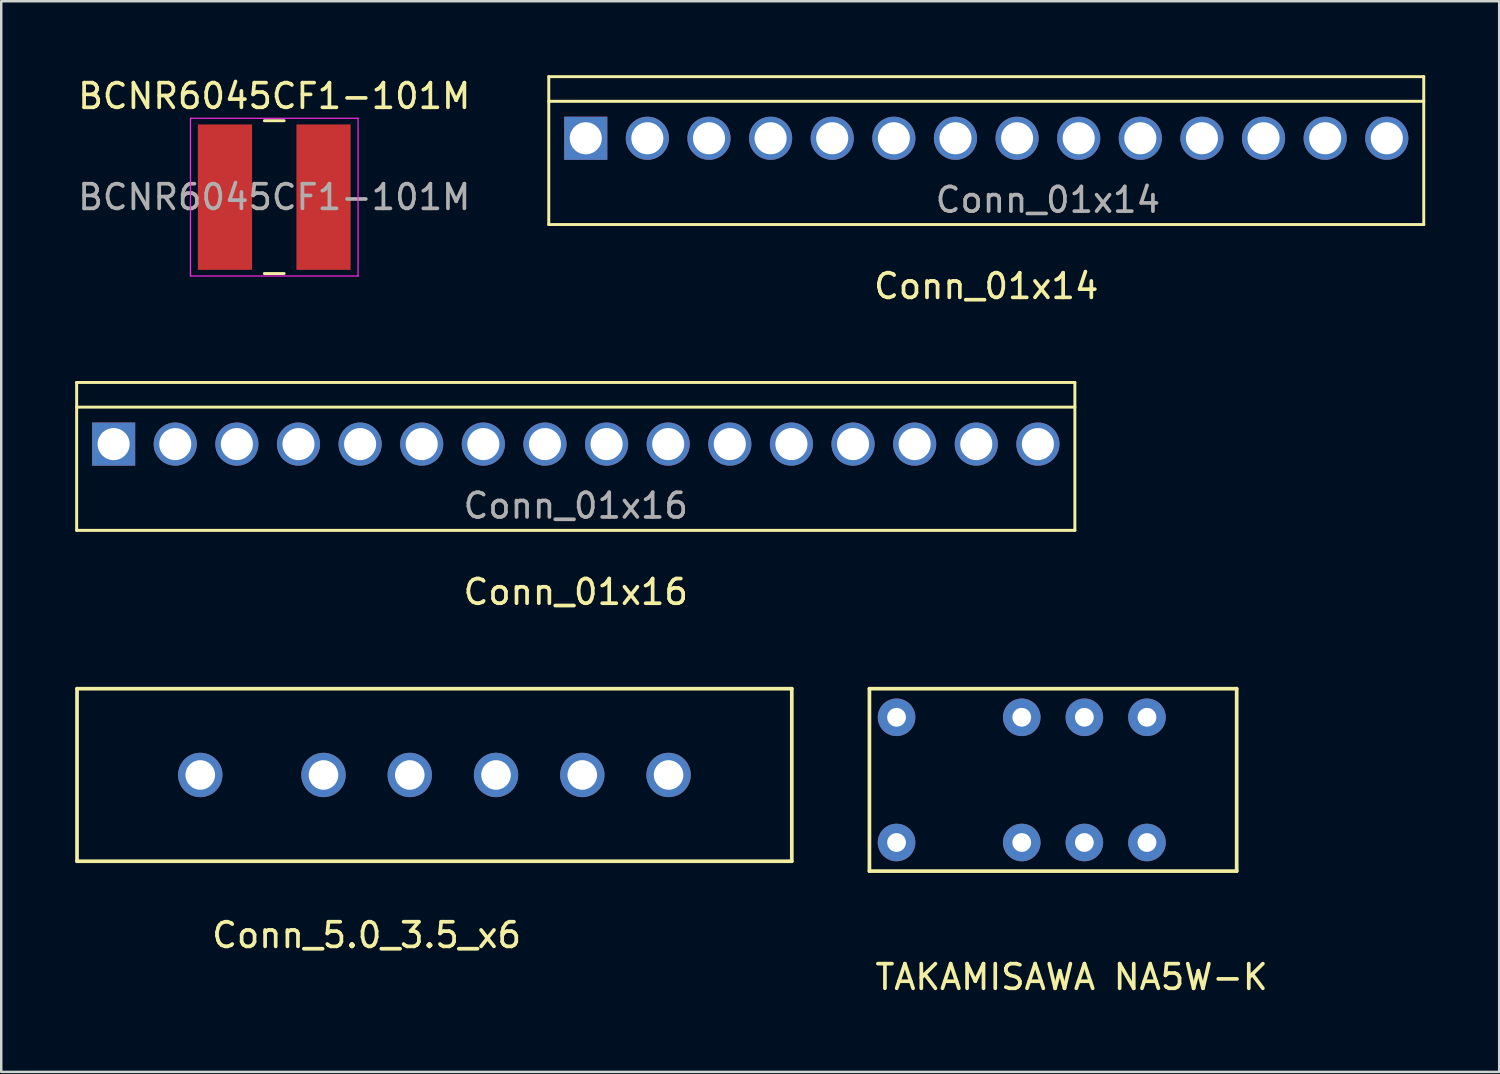
<source format=kicad_pcb>
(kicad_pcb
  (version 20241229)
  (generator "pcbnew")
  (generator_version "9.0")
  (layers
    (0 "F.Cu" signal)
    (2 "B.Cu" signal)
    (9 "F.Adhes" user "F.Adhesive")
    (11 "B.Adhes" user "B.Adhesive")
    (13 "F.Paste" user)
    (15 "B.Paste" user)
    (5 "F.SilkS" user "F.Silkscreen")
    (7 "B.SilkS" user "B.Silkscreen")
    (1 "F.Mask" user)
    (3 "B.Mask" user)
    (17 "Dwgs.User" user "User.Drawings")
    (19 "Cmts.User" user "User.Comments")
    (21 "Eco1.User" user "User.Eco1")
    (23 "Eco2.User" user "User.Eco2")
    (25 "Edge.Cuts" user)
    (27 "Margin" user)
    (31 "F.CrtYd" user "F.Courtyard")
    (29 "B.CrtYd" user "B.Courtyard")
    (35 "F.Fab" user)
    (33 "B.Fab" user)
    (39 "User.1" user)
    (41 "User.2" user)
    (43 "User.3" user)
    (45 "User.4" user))
  (footprint "BCNR6045CF1-101M"
    (layer "F.Cu")
    (at 8.077 4.948)
    (property "Reference" "BCNR6045CF1-101M" (at 0 -4.1 0) (layer "F.SilkS") (effects (font (size 1 1) (thickness 0.15))))
    (attr smd)
    (fp_line (start -0.4 -3.1) (end 0.4 -3.1) (stroke (width 0.12) (type solid)) (layer "F.SilkS"))
    (fp_line (start -0.4 3.1) (end 0.4 3.1) (stroke (width 0.12) (type solid)) (layer "F.SilkS"))
    (fp_line (start -3.4 -3.2) (end 3.4 -3.2) (stroke (width 0.05) (type solid)) (layer "F.CrtYd"))
    (fp_line (start -3.4 3.2) (end -3.4 -3.2) (stroke (width 0.05) (type solid)) (layer "F.CrtYd"))
    (fp_line (start 3.4 -3.2) (end 3.4 3.2) (stroke (width 0.05) (type solid)) (layer "F.CrtYd"))
    (fp_line (start 3.4 3.2) (end -3.4 3.2) (stroke (width 0.05) (type solid)) (layer "F.CrtYd"))
    (fp_text user "${REFERENCE}" (at 0 0 0) (layer "F.Fab") (effects (font (size 1 1) (thickness 0.15))))
    (pad "1" smd rect (at -2 0) (size 2.2 5.9) (layers "F.Cu" "F.Mask" "F.Paste"))
    (pad "2" smd rect (at 2 0) (size 2.2 5.9) (layers "F.Cu" "F.Mask" "F.Paste")))
  (footprint "Conn_5.0_3.5_x6"
    (layer "F.Cu")
    (at 5.075 28.392)
    (property "Reference" "Conn_5.0_3.5_x6" (at 6.75 6.5 0) (layer "F.SilkS") (effects (font (size 1 1) (thickness 0.15))))
    (attr through_hole)
    (fp_line (start -5 -3.5) (end -5 3.5) (stroke (width 0.15) (type solid)) (layer "F.SilkS"))
    (fp_line (start -5 3.5) (end 24 3.5) (stroke (width 0.15) (type solid)) (layer "F.SilkS"))
    (fp_line (start 24 -3.5) (end -5 -3.5) (stroke (width 0.15) (type solid)) (layer "F.SilkS"))
    (fp_line (start 24 -3.5) (end 24 3.5) (stroke (width 0.15) (type solid)) (layer "F.SilkS"))
    (pad "1" thru_hole circle (at 0 0) (size 1.8 1.8) (drill 1.2) (layers "*.Cu" "*.Mask"))
    (pad "2" thru_hole circle (at 5 0) (size 1.8 1.8) (drill 1.2) (layers "*.Cu" "*.Mask"))
    (pad "3" thru_hole circle (at 8.5 0) (size 1.8 1.8) (drill 1.2) (layers "*.Cu" "*.Mask"))
    (pad "4" thru_hole circle (at 12 0) (size 1.8 1.8) (drill 1.2) (layers "*.Cu" "*.Mask"))
    (pad "5" thru_hole circle (at 15.5 0) (size 1.8 1.8) (drill 1.2) (layers "*.Cu" "*.Mask"))
    (pad "6" thru_hole circle (at 19 0) (size 1.8 1.8) (drill 1.2) (layers "*.Cu" "*.Mask")))
  (footprint "Conn_01x16"
    (layer "F.Cu")
    (at 1.56 14.968)
    (property "Reference" "Conn_01x16" (at 18.75 6 0) (layer "F.SilkS") (effects (font (size 1 1) (thickness 0.15))))
    (attr through_hole)
    (fp_line (start -1.5 -2.5) (end -1.5 3.5) (stroke (width 0.12) (type solid)) (layer "F.SilkS"))
    (fp_line (start -1.5 -1.5) (end 39 -1.5) (stroke (width 0.12) (type solid)) (layer "F.SilkS"))
    (fp_line (start -1.5 3.5) (end 39 3.5) (stroke (width 0.12) (type solid)) (layer "F.SilkS"))
    (fp_line (start 39 -2.5) (end -1.5 -2.5) (stroke (width 0.12) (type solid)) (layer "F.SilkS"))
    (fp_line (start 39 -2.5) (end 39 3.5) (stroke (width 0.12) (type solid)) (layer "F.SilkS"))
    (fp_text user "${REFERENCE}" (at 18.75 2.5 0) (layer "F.Fab") (effects (font (size 1 1) (thickness 0.15))))
    (pad "1" thru_hole rect (at 0 0) (size 1.75 1.75) (drill 1.3) (layers "*.Cu" "*.Mask"))
    (pad "2" thru_hole circle (at 2.5 0) (size 1.75 1.75) (drill 1.3) (layers "*.Cu" "*.Mask"))
    (pad "3" thru_hole circle (at 5 0) (size 1.75 1.75) (drill 1.3) (layers "*.Cu" "*.Mask"))
    (pad "4" thru_hole circle (at 7.5 0) (size 1.75 1.75) (drill 1.3) (layers "*.Cu" "*.Mask"))
    (pad "5" thru_hole circle (at 10 0) (size 1.75 1.75) (drill 1.3) (layers "*.Cu" "*.Mask"))
    (pad "6" thru_hole circle (at 12.5 0) (size 1.75 1.75) (drill 1.3) (layers "*.Cu" "*.Mask"))
    (pad "7" thru_hole circle (at 15 0) (size 1.75 1.75) (drill 1.3) (layers "*.Cu" "*.Mask"))
    (pad "8" thru_hole circle (at 17.5 0) (size 1.75 1.75) (drill 1.3) (layers "*.Cu" "*.Mask"))
    (pad "9" thru_hole circle (at 20 0) (size 1.75 1.75) (drill 1.3) (layers "*.Cu" "*.Mask"))
    (pad "10" thru_hole circle (at 22.5 0) (size 1.75 1.75) (drill 1.3) (layers "*.Cu" "*.Mask"))
    (pad "11" thru_hole circle (at 25 0) (size 1.75 1.75) (drill 1.3) (layers "*.Cu" "*.Mask"))
    (pad "12" thru_hole circle (at 27.5 0) (size 1.75 1.75) (drill 1.3) (layers "*.Cu" "*.Mask"))
    (pad "13" thru_hole circle (at 30 0) (size 1.75 1.75) (drill 1.3) (layers "*.Cu" "*.Mask"))
    (pad "14" thru_hole circle (at 32.5 0) (size 1.75 1.75) (drill 1.3) (layers "*.Cu" "*.Mask"))
    (pad "15" thru_hole circle (at 35 0) (size 1.75 1.75) (drill 1.3) (layers "*.Cu" "*.Mask"))
    (pad "16" thru_hole circle (at 37.5 0) (size 1.75 1.75) (drill 1.3) (layers "*.Cu" "*.Mask")))
  (footprint "Conn_01x14"
    (layer "F.Cu")
    (at 20.715 2.56)
    (property "Reference" "Conn_01x14" (at 16.25 6 0) (layer "F.SilkS") (effects (font (size 1 1) (thickness 0.15))))
    (attr through_hole)
    (fp_line (start -1.5 -2.5) (end -1.5 3.5) (stroke (width 0.12) (type solid)) (layer "F.SilkS"))
    (fp_line (start -1.5 -1.5) (end 34 -1.5) (stroke (width 0.12) (type solid)) (layer "F.SilkS"))
    (fp_line (start -1.5 3.5) (end 34 3.5) (stroke (width 0.12) (type solid)) (layer "F.SilkS"))
    (fp_line (start 34 -2.5) (end -1.5 -2.5) (stroke (width 0.12) (type solid)) (layer "F.SilkS"))
    (fp_line (start 34 -2.5) (end 34 3.5) (stroke (width 0.12) (type solid)) (layer "F.SilkS"))
    (fp_text user "${REFERENCE}" (at 18.75 2.5 0) (layer "F.Fab") (effects (font (size 1 1) (thickness 0.15))))
    (pad "1" thru_hole rect (at 0 0) (size 1.75 1.75) (drill 1.3) (layers "*.Cu" "*.Mask"))
    (pad "2" thru_hole circle (at 2.5 0) (size 1.75 1.75) (drill 1.3) (layers "*.Cu" "*.Mask"))
    (pad "3" thru_hole circle (at 5 0) (size 1.75 1.75) (drill 1.3) (layers "*.Cu" "*.Mask"))
    (pad "4" thru_hole circle (at 7.5 0) (size 1.75 1.75) (drill 1.3) (layers "*.Cu" "*.Mask"))
    (pad "5" thru_hole circle (at 10 0) (size 1.75 1.75) (drill 1.3) (layers "*.Cu" "*.Mask"))
    (pad "6" thru_hole circle (at 12.5 0) (size 1.75 1.75) (drill 1.3) (layers "*.Cu" "*.Mask"))
    (pad "7" thru_hole circle (at 15 0) (size 1.75 1.75) (drill 1.3) (layers "*.Cu" "*.Mask"))
    (pad "8" thru_hole circle (at 17.5 0) (size 1.75 1.75) (drill 1.3) (layers "*.Cu" "*.Mask"))
    (pad "9" thru_hole circle (at 20 0) (size 1.75 1.75) (drill 1.3) (layers "*.Cu" "*.Mask"))
    (pad "10" thru_hole circle (at 22.5 0) (size 1.75 1.75) (drill 1.3) (layers "*.Cu" "*.Mask"))
    (pad "11" thru_hole circle (at 25 0) (size 1.75 1.75) (drill 1.3) (layers "*.Cu" "*.Mask"))
    (pad "12" thru_hole circle (at 27.5 0) (size 1.75 1.75) (drill 1.3) (layers "*.Cu" "*.Mask"))
    (pad "13" thru_hole circle (at 30 0) (size 1.75 1.75) (drill 1.3) (layers "*.Cu" "*.Mask"))
    (pad "14" thru_hole circle (at 32.5 0) (size 1.75 1.75) (drill 1.3) (layers "*.Cu" "*.Mask")))
  (footprint "TAKAMISAWA NA5W-K"
    (layer "F.Cu")
    (at 40.225 32.892)
    (property "Reference" "TAKAMISAWA NA5W-K" (at 0.2 3.7 0) (layer "F.SilkS") (effects (font (size 1 1) (thickness 0.15))))
    (attr through_hole)
    (fp_line (start -8 -8) (end 6.9 -8) (stroke (width 0.15) (type solid)) (layer "F.SilkS"))
    (fp_line (start -8 -0.6) (end -8 -8) (stroke (width 0.15) (type solid)) (layer "F.SilkS"))
    (fp_line (start 6.9 -8) (end 6.9 -0.6) (stroke (width 0.15) (type solid)) (layer "F.SilkS"))
    (fp_line (start 6.9 -0.6) (end -8 -0.6) (stroke (width 0.15) (type solid)) (layer "F.SilkS"))
    (pad "1" thru_hole circle (at -6.9 -6.84) (size 1.524 1.524) (drill 0.762) (layers "*.Cu" "*.Mask"))
    (pad "2" thru_hole circle (at -1.82 -1.76) (size 1.524 1.524) (drill 0.762) (layers "*.Cu" "*.Mask"))
    (pad "3" thru_hole circle (at 0.72 -1.76) (size 1.524 1.524) (drill 0.762) (layers "*.Cu" "*.Mask"))
    (pad "4" thru_hole circle (at 3.26 -1.76) (size 1.524 1.524) (drill 0.762) (layers "*.Cu" "*.Mask"))
    (pad "5" thru_hole circle (at 3.26 -6.84) (size 1.524 1.524) (drill 0.762) (layers "*.Cu" "*.Mask"))
    (pad "6" thru_hole circle (at 0.72 -6.84) (size 1.524 1.524) (drill 0.762) (layers "*.Cu" "*.Mask"))
    (pad "7" thru_hole circle (at -1.82 -6.84) (size 1.524 1.524) (drill 0.762) (layers "*.Cu" "*.Mask"))
    (pad "8" thru_hole circle (at -6.9 -1.76) (size 1.524 1.524) (drill 0.762) (layers "*.Cu" "*.Mask")))
  (gr_rect
    (start -3 -3)
    (end 57.775 40.44)
    (stroke (width 0.1) (type default))
    (fill no)
    (layer "Edge.Cuts")))
</source>
